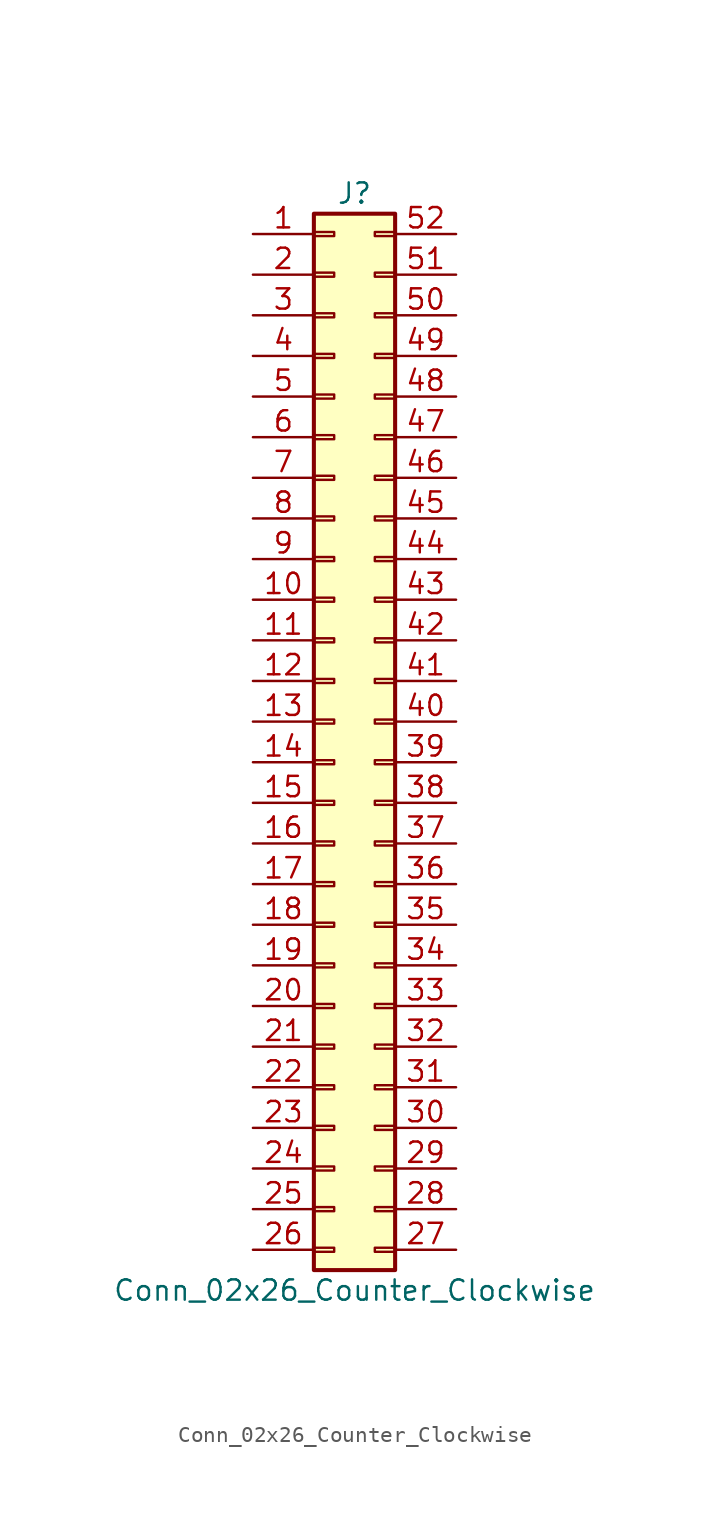
<source format=kicad_sym>
(kicad_symbol_lib
  (version 20201005)
  (generator kicad_symbol_editor)
  (symbol "Conn_02x26_Counter_Clockwise"
    (pin_names
      (offset 1.016) hide)
    (property "Reference" "J"
      (at 1.27 33.02 0)
      (effects (font (size 1.27 1.27))))
    (property "Value" "Conn_02x26_Counter_Clockwise"
      (at 1.27 -35.56 0)
      (effects (font (size 1.27 1.27))))
    (symbol "Conn_02x26_Counter_Clockwise_1_1"
      (rectangle (start -1.27 -32.893) (end 0 -33.147) (stroke (width 0.152)) (fill (type none)))
      (rectangle (start -1.27 -30.353) (end 0 -30.607) (stroke (width 0.152)) (fill (type none)))
      (rectangle (start -1.27 -27.813) (end 0 -28.067) (stroke (width 0.152)) (fill (type none)))
      (rectangle (start -1.27 -25.273) (end 0 -25.527) (stroke (width 0.152)) (fill (type none)))
      (rectangle (start -1.27 -22.733) (end 0 -22.987) (stroke (width 0.152)) (fill (type none)))
      (rectangle (start -1.27 -20.193) (end 0 -20.447) (stroke (width 0.152)) (fill (type none)))
      (rectangle (start -1.27 -17.653) (end 0 -17.907) (stroke (width 0.152)) (fill (type none)))
      (rectangle (start -1.27 -15.113) (end 0 -15.367) (stroke (width 0.152)) (fill (type none)))
      (rectangle (start -1.27 -12.573) (end 0 -12.827) (stroke (width 0.152)) (fill (type none)))
      (rectangle (start -1.27 -10.033) (end 0 -10.287) (stroke (width 0.152)) (fill (type none)))
      (rectangle (start -1.27 -7.493) (end 0 -7.747) (stroke (width 0.152)) (fill (type none)))
      (rectangle (start -1.27 -4.953) (end 0 -5.207) (stroke (width 0.152)) (fill (type none)))
      (rectangle (start -1.27 -2.413) (end 0 -2.667) (stroke (width 0.152)) (fill (type none)))
      (rectangle (start -1.27 0.127) (end 0 -0.127) (stroke (width 0.152)) (fill (type none)))
      (rectangle (start -1.27 2.667) (end 0 2.413) (stroke (width 0.152)) (fill (type none)))
      (rectangle (start -1.27 5.207) (end 0 4.953) (stroke (width 0.152)) (fill (type none)))
      (rectangle (start -1.27 7.747) (end 0 7.493) (stroke (width 0.152)) (fill (type none)))
      (rectangle (start -1.27 10.287) (end 0 10.033) (stroke (width 0.152)) (fill (type none)))
      (rectangle (start -1.27 12.827) (end 0 12.573) (stroke (width 0.152)) (fill (type none)))
      (rectangle (start -1.27 15.367) (end 0 15.113) (stroke (width 0.152)) (fill (type none)))
      (rectangle (start -1.27 17.907) (end 0 17.653) (stroke (width 0.152)) (fill (type none)))
      (rectangle (start -1.27 20.447) (end 0 20.193) (stroke (width 0.152)) (fill (type none)))
      (rectangle (start -1.27 22.987) (end 0 22.733) (stroke (width 0.152)) (fill (type none)))
      (rectangle (start -1.27 25.527) (end 0 25.273) (stroke (width 0.152)) (fill (type none)))
      (rectangle (start -1.27 28.067) (end 0 27.813) (stroke (width 0.152)) (fill (type none)))
      (rectangle (start -1.27 30.607) (end 0 30.353) (stroke (width 0.152)) (fill (type none)))
      (rectangle (start 3.81 -32.893) (end 2.54 -33.147) (stroke (width 0.152)) (fill (type none)))
      (rectangle (start 3.81 -30.353) (end 2.54 -30.607) (stroke (width 0.152)) (fill (type none)))
      (rectangle (start 3.81 -27.813) (end 2.54 -28.067) (stroke (width 0.152)) (fill (type none)))
      (rectangle (start 3.81 -25.273) (end 2.54 -25.527) (stroke (width 0.152)) (fill (type none)))
      (rectangle (start 3.81 -22.733) (end 2.54 -22.987) (stroke (width 0.152)) (fill (type none)))
      (rectangle (start 3.81 -20.193) (end 2.54 -20.447) (stroke (width 0.152)) (fill (type none)))
      (rectangle (start 3.81 -17.653) (end 2.54 -17.907) (stroke (width 0.152)) (fill (type none)))
      (rectangle (start 3.81 -15.113) (end 2.54 -15.367) (stroke (width 0.152)) (fill (type none)))
      (rectangle (start 3.81 -12.573) (end 2.54 -12.827) (stroke (width 0.152)) (fill (type none)))
      (rectangle (start 3.81 -10.033) (end 2.54 -10.287) (stroke (width 0.152)) (fill (type none)))
      (rectangle (start 3.81 -7.493) (end 2.54 -7.747) (stroke (width 0.152)) (fill (type none)))
      (rectangle (start 3.81 -4.953) (end 2.54 -5.207) (stroke (width 0.152)) (fill (type none)))
      (rectangle (start 3.81 -2.413) (end 2.54 -2.667) (stroke (width 0.152)) (fill (type none)))
      (rectangle (start 3.81 0.127) (end 2.54 -0.127) (stroke (width 0.152)) (fill (type none)))
      (rectangle (start 3.81 2.667) (end 2.54 2.413) (stroke (width 0.152)) (fill (type none)))
      (rectangle (start 3.81 5.207) (end 2.54 4.953) (stroke (width 0.152)) (fill (type none)))
      (rectangle (start 3.81 7.747) (end 2.54 7.493) (stroke (width 0.152)) (fill (type none)))
      (rectangle (start 3.81 10.287) (end 2.54 10.033) (stroke (width 0.152)) (fill (type none)))
      (rectangle (start 3.81 12.827) (end 2.54 12.573) (stroke (width 0.152)) (fill (type none)))
      (rectangle (start 3.81 15.367) (end 2.54 15.113) (stroke (width 0.152)) (fill (type none)))
      (rectangle (start 3.81 17.907) (end 2.54 17.653) (stroke (width 0.152)) (fill (type none)))
      (rectangle (start 3.81 20.447) (end 2.54 20.193) (stroke (width 0.152)) (fill (type none)))
      (rectangle (start 3.81 22.987) (end 2.54 22.733) (stroke (width 0.152)) (fill (type none)))
      (rectangle (start 3.81 25.527) (end 2.54 25.273) (stroke (width 0.152)) (fill (type none)))
      (rectangle (start 3.81 28.067) (end 2.54 27.813) (stroke (width 0.152)) (fill (type none)))
      (rectangle (start 3.81 30.607) (end 2.54 30.353) (stroke (width 0.152)) (fill (type none)))
      (rectangle (start -1.27 31.75) (end 3.81 -34.29) (stroke (width 0.254)) (fill (type background)))
      (pin passive line (at -5.08 30.48 0) (length 3.81) (name "Pin_1" (effects (font (size 1.27 1.27)))) (number "1" (effects (font (size 1.27 1.27)))))
      (pin passive line (at -5.08 7.62 0) (length 3.81) (name "Pin_10" (effects (font (size 1.27 1.27)))) (number "10" (effects (font (size 1.27 1.27)))))
      (pin passive line (at -5.08 5.08 0) (length 3.81) (name "Pin_11" (effects (font (size 1.27 1.27)))) (number "11" (effects (font (size 1.27 1.27)))))
      (pin passive line (at -5.08 2.54 0) (length 3.81) (name "Pin_12" (effects (font (size 1.27 1.27)))) (number "12" (effects (font (size 1.27 1.27)))))
      (pin passive line (at -5.08 0 0) (length 3.81) (name "Pin_13" (effects (font (size 1.27 1.27)))) (number "13" (effects (font (size 1.27 1.27)))))
      (pin passive line (at -5.08 -2.54 0) (length 3.81) (name "Pin_14" (effects (font (size 1.27 1.27)))) (number "14" (effects (font (size 1.27 1.27)))))
      (pin passive line (at -5.08 -5.08 0) (length 3.81) (name "Pin_15" (effects (font (size 1.27 1.27)))) (number "15" (effects (font (size 1.27 1.27)))))
      (pin passive line (at -5.08 -7.62 0) (length 3.81) (name "Pin_16" (effects (font (size 1.27 1.27)))) (number "16" (effects (font (size 1.27 1.27)))))
      (pin passive line (at -5.08 -10.16 0) (length 3.81) (name "Pin_17" (effects (font (size 1.27 1.27)))) (number "17" (effects (font (size 1.27 1.27)))))
      (pin passive line (at -5.08 -12.7 0) (length 3.81) (name "Pin_18" (effects (font (size 1.27 1.27)))) (number "18" (effects (font (size 1.27 1.27)))))
      (pin passive line (at -5.08 -15.24 0) (length 3.81) (name "Pin_19" (effects (font (size 1.27 1.27)))) (number "19" (effects (font (size 1.27 1.27)))))
      (pin passive line (at -5.08 27.94 0) (length 3.81) (name "Pin_2" (effects (font (size 1.27 1.27)))) (number "2" (effects (font (size 1.27 1.27)))))
      (pin passive line (at -5.08 -17.78 0) (length 3.81) (name "Pin_20" (effects (font (size 1.27 1.27)))) (number "20" (effects (font (size 1.27 1.27)))))
      (pin passive line (at -5.08 -20.32 0) (length 3.81) (name "Pin_21" (effects (font (size 1.27 1.27)))) (number "21" (effects (font (size 1.27 1.27)))))
      (pin passive line (at -5.08 -22.86 0) (length 3.81) (name "Pin_22" (effects (font (size 1.27 1.27)))) (number "22" (effects (font (size 1.27 1.27)))))
      (pin passive line (at -5.08 -25.4 0) (length 3.81) (name "Pin_23" (effects (font (size 1.27 1.27)))) (number "23" (effects (font (size 1.27 1.27)))))
      (pin passive line (at -5.08 -27.94 0) (length 3.81) (name "Pin_24" (effects (font (size 1.27 1.27)))) (number "24" (effects (font (size 1.27 1.27)))))
      (pin passive line (at -5.08 -30.48 0) (length 3.81) (name "Pin_25" (effects (font (size 1.27 1.27)))) (number "25" (effects (font (size 1.27 1.27)))))
      (pin passive line (at -5.08 -33.02 0) (length 3.81) (name "Pin_26" (effects (font (size 1.27 1.27)))) (number "26" (effects (font (size 1.27 1.27)))))
      (pin passive line (at 7.62 -33.02 180) (length 3.81) (name "Pin_27" (effects (font (size 1.27 1.27)))) (number "27" (effects (font (size 1.27 1.27)))))
      (pin passive line (at 7.62 -30.48 180) (length 3.81) (name "Pin_28" (effects (font (size 1.27 1.27)))) (number "28" (effects (font (size 1.27 1.27)))))
      (pin passive line (at 7.62 -27.94 180) (length 3.81) (name "Pin_29" (effects (font (size 1.27 1.27)))) (number "29" (effects (font (size 1.27 1.27)))))
      (pin passive line (at -5.08 25.4 0) (length 3.81) (name "Pin_3" (effects (font (size 1.27 1.27)))) (number "3" (effects (font (size 1.27 1.27)))))
      (pin passive line (at 7.62 -25.4 180) (length 3.81) (name "Pin_30" (effects (font (size 1.27 1.27)))) (number "30" (effects (font (size 1.27 1.27)))))
      (pin passive line (at 7.62 -22.86 180) (length 3.81) (name "Pin_31" (effects (font (size 1.27 1.27)))) (number "31" (effects (font (size 1.27 1.27)))))
      (pin passive line (at 7.62 -20.32 180) (length 3.81) (name "Pin_32" (effects (font (size 1.27 1.27)))) (number "32" (effects (font (size 1.27 1.27)))))
      (pin passive line (at 7.62 -17.78 180) (length 3.81) (name "Pin_33" (effects (font (size 1.27 1.27)))) (number "33" (effects (font (size 1.27 1.27)))))
      (pin passive line (at 7.62 -15.24 180) (length 3.81) (name "Pin_34" (effects (font (size 1.27 1.27)))) (number "34" (effects (font (size 1.27 1.27)))))
      (pin passive line (at 7.62 -12.7 180) (length 3.81) (name "Pin_35" (effects (font (size 1.27 1.27)))) (number "35" (effects (font (size 1.27 1.27)))))
      (pin passive line (at 7.62 -10.16 180) (length 3.81) (name "Pin_36" (effects (font (size 1.27 1.27)))) (number "36" (effects (font (size 1.27 1.27)))))
      (pin passive line (at 7.62 -7.62 180) (length 3.81) (name "Pin_37" (effects (font (size 1.27 1.27)))) (number "37" (effects (font (size 1.27 1.27)))))
      (pin passive line (at 7.62 -5.08 180) (length 3.81) (name "Pin_38" (effects (font (size 1.27 1.27)))) (number "38" (effects (font (size 1.27 1.27)))))
      (pin passive line (at 7.62 -2.54 180) (length 3.81) (name "Pin_39" (effects (font (size 1.27 1.27)))) (number "39" (effects (font (size 1.27 1.27)))))
      (pin passive line (at -5.08 22.86 0) (length 3.81) (name "Pin_4" (effects (font (size 1.27 1.27)))) (number "4" (effects (font (size 1.27 1.27)))))
      (pin passive line (at 7.62 0 180) (length 3.81) (name "Pin_40" (effects (font (size 1.27 1.27)))) (number "40" (effects (font (size 1.27 1.27)))))
      (pin passive line (at 7.62 2.54 180) (length 3.81) (name "Pin_41" (effects (font (size 1.27 1.27)))) (number "41" (effects (font (size 1.27 1.27)))))
      (pin passive line (at 7.62 5.08 180) (length 3.81) (name "Pin_42" (effects (font (size 1.27 1.27)))) (number "42" (effects (font (size 1.27 1.27)))))
      (pin passive line (at 7.62 7.62 180) (length 3.81) (name "Pin_43" (effects (font (size 1.27 1.27)))) (number "43" (effects (font (size 1.27 1.27)))))
      (pin passive line (at 7.62 10.16 180) (length 3.81) (name "Pin_44" (effects (font (size 1.27 1.27)))) (number "44" (effects (font (size 1.27 1.27)))))
      (pin passive line (at 7.62 12.7 180) (length 3.81) (name "Pin_45" (effects (font (size 1.27 1.27)))) (number "45" (effects (font (size 1.27 1.27)))))
      (pin passive line (at 7.62 15.24 180) (length 3.81) (name "Pin_46" (effects (font (size 1.27 1.27)))) (number "46" (effects (font (size 1.27 1.27)))))
      (pin passive line (at 7.62 17.78 180) (length 3.81) (name "Pin_47" (effects (font (size 1.27 1.27)))) (number "47" (effects (font (size 1.27 1.27)))))
      (pin passive line (at 7.62 20.32 180) (length 3.81) (name "Pin_48" (effects (font (size 1.27 1.27)))) (number "48" (effects (font (size 1.27 1.27)))))
      (pin passive line (at 7.62 22.86 180) (length 3.81) (name "Pin_49" (effects (font (size 1.27 1.27)))) (number "49" (effects (font (size 1.27 1.27)))))
      (pin passive line (at -5.08 20.32 0) (length 3.81) (name "Pin_5" (effects (font (size 1.27 1.27)))) (number "5" (effects (font (size 1.27 1.27)))))
      (pin passive line (at 7.62 25.4 180) (length 3.81) (name "Pin_50" (effects (font (size 1.27 1.27)))) (number "50" (effects (font (size 1.27 1.27)))))
      (pin passive line (at 7.62 27.94 180) (length 3.81) (name "Pin_51" (effects (font (size 1.27 1.27)))) (number "51" (effects (font (size 1.27 1.27)))))
      (pin passive line (at 7.62 30.48 180) (length 3.81) (name "Pin_52" (effects (font (size 1.27 1.27)))) (number "52" (effects (font (size 1.27 1.27)))))
      (pin passive line (at -5.08 17.78 0) (length 3.81) (name "Pin_6" (effects (font (size 1.27 1.27)))) (number "6" (effects (font (size 1.27 1.27)))))
      (pin passive line (at -5.08 15.24 0) (length 3.81) (name "Pin_7" (effects (font (size 1.27 1.27)))) (number "7" (effects (font (size 1.27 1.27)))))
      (pin passive line (at -5.08 12.7 0) (length 3.81) (name "Pin_8" (effects (font (size 1.27 1.27)))) (number "8" (effects (font (size 1.27 1.27)))))
      (pin passive line (at -5.08 10.16 0) (length 3.81) (name "Pin_9" (effects (font (size 1.27 1.27)))) (number "9" (effects (font (size 1.27 1.27))))))))
</source>
